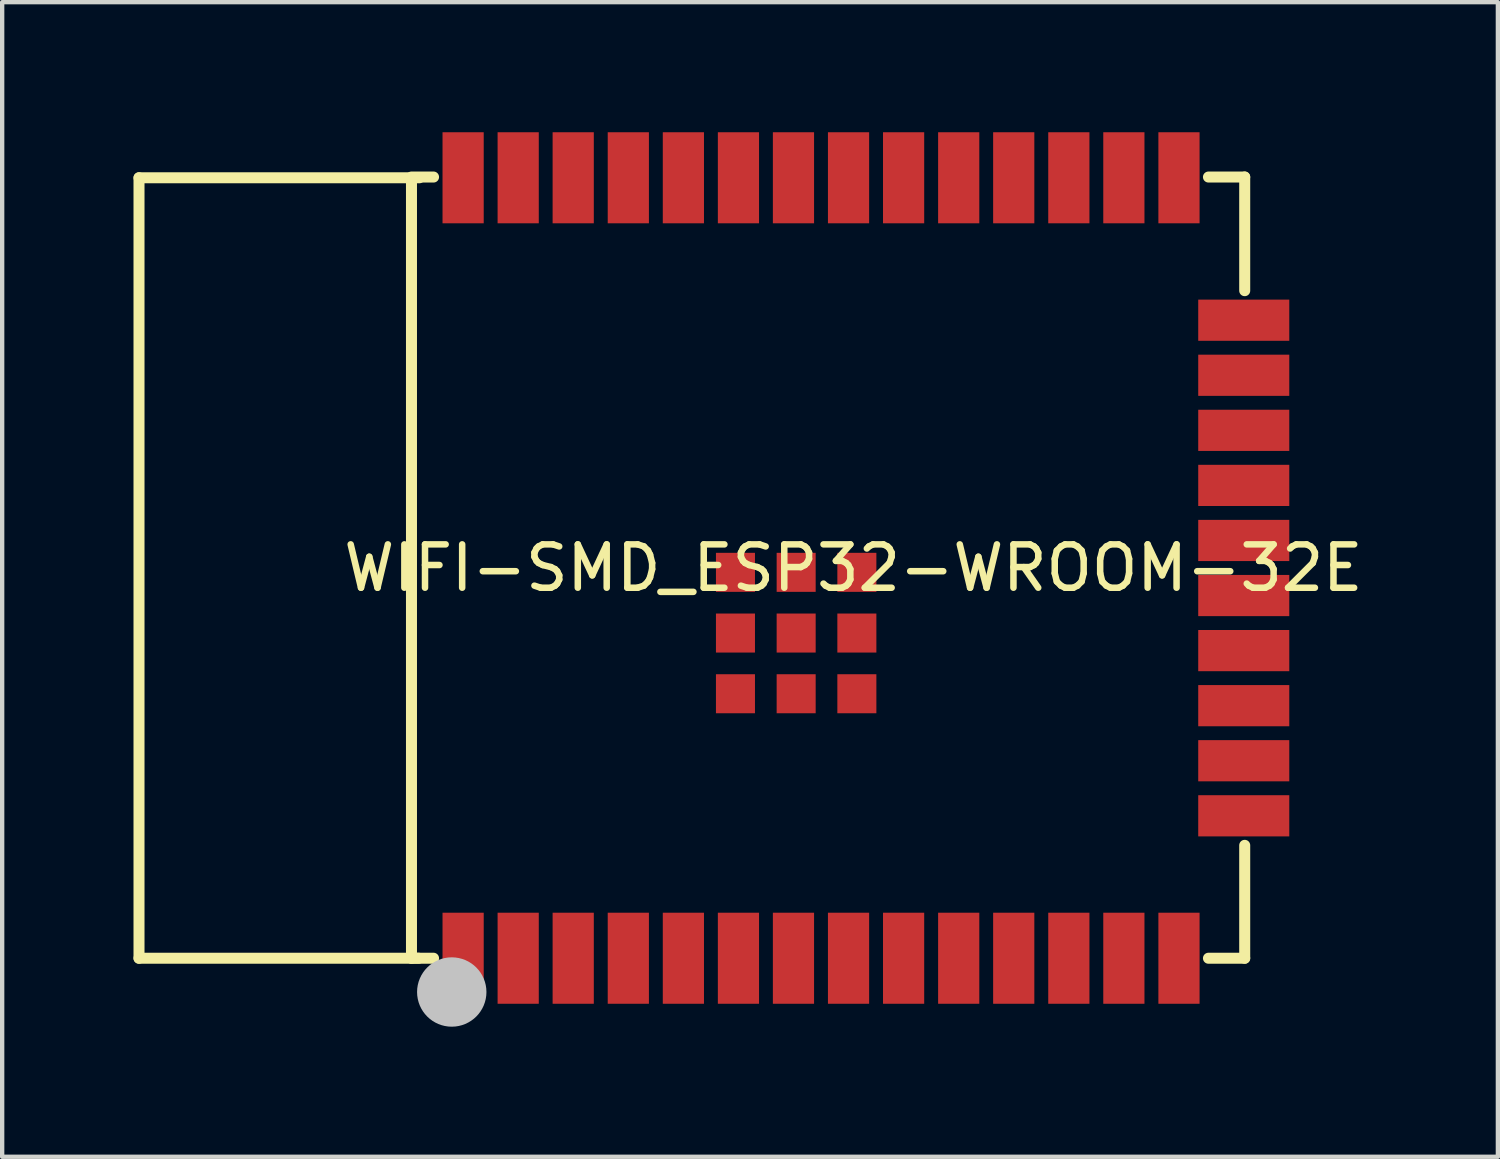
<source format=kicad_pcb>
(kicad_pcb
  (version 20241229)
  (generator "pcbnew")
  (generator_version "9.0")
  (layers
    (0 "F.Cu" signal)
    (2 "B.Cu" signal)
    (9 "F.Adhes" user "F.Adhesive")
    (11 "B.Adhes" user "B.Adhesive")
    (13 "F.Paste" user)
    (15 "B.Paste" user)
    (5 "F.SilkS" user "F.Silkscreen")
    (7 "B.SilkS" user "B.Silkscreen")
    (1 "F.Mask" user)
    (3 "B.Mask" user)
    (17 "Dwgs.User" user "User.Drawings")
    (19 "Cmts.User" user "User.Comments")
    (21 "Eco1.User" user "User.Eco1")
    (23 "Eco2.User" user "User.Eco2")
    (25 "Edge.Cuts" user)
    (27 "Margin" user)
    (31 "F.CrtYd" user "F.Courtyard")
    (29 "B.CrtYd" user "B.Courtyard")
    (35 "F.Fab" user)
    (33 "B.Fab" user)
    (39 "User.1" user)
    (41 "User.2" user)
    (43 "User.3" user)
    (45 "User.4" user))
  (footprint "WIFI-SMD_ESP32-WROOM-32E"
    (layer "F.Cu")
    (at 16.633 10.05)
    (property "Reference" "WIFI-SMD_ESP32-WROOM-32E" (at 0 0 0) (layer "F.SilkS") (effects (font (size 1 1) (thickness 0.15))))
    (fp_line (start -16.477 -9) (end -16.477 9) (stroke (width 0.254) (type default)) (layer "F.SilkS"))
    (fp_line (start -16.477 -9) (end -10.011 -9) (stroke (width 0.254) (type default)) (layer "F.SilkS"))
    (fp_line (start -16.477 9) (end -10.027 9) (stroke (width 0.254) (type default)) (layer "F.SilkS"))
    (fp_line (start -10.193 -9) (end -10.193 9) (stroke (width 0.254) (type default)) (layer "F.SilkS"))
    (fp_line (start -10.193 9) (end -9.684 9) (stroke (width 0.254) (type default)) (layer "F.SilkS"))
    (fp_line (start -9.684 -9.017) (end -10.193 -9.017) (stroke (width 0.254) (type default)) (layer "F.SilkS"))
    (fp_line (start 8.188 9) (end 9.024 9) (stroke (width 0.254) (type default)) (layer "F.SilkS"))
    (fp_line (start 9.024 -9.017) (end 8.188 -9.017) (stroke (width 0.254) (type default)) (layer "F.SilkS"))
    (fp_line (start 9.024 -6.396) (end 9.024 -9.017) (stroke (width 0.254) (type default)) (layer "F.SilkS"))
    (fp_line (start 9.024 9) (end 9.024 6.396) (stroke (width 0.254) (type default)) (layer "F.SilkS"))
    (fp_circle (center -9.264 9.779) (end -8.864 9.779) (stroke (width 0.8) (type default)) (fill no) (layer "Dwgs.User"))
    (fp_poly (pts (xy -9.428 8.1) (xy -8.578 8.1) (xy -8.578 9) (xy -9.428 9)) (stroke (width 0.1) (type default)) (fill no) (layer "User.1"))
    (fp_poly (pts (xy -8.578 -8.1) (xy -9.428 -8.1) (xy -9.428 -9) (xy -8.578 -9)) (stroke (width 0.1) (type default)) (fill no) (layer "User.1"))
    (fp_poly (pts (xy -8.158 8.1) (xy -7.308 8.1) (xy -7.308 9) (xy -8.158 9)) (stroke (width 0.1) (type default)) (fill no) (layer "User.1"))
    (fp_poly (pts (xy -7.308 -8.1) (xy -8.158 -8.1) (xy -8.158 -9) (xy -7.308 -9)) (stroke (width 0.1) (type default)) (fill no) (layer "User.1"))
    (fp_poly (pts (xy -6.888 8.1) (xy -6.037 8.1) (xy -6.037 9) (xy -6.888 9)) (stroke (width 0.1) (type default)) (fill no) (layer "User.1"))
    (fp_poly (pts (xy -6.037 -8.1) (xy -6.888 -8.1) (xy -6.888 -9) (xy -6.037 -9)) (stroke (width 0.1) (type default)) (fill no) (layer "User.1"))
    (fp_poly (pts (xy -5.617 8.1) (xy -4.768 8.1) (xy -4.768 9) (xy -5.617 9)) (stroke (width 0.1) (type default)) (fill no) (layer "User.1"))
    (fp_poly (pts (xy -4.768 -8.1) (xy -5.617 -8.1) (xy -5.617 -9) (xy -4.768 -9)) (stroke (width 0.1) (type default)) (fill no) (layer "User.1"))
    (fp_poly (pts (xy -4.348 8.1) (xy -3.498 8.1) (xy -3.498 9) (xy -4.348 9)) (stroke (width 0.1) (type default)) (fill no) (layer "User.1"))
    (fp_poly (pts (xy -3.498 -8.1) (xy -4.348 -8.1) (xy -4.348 -9) (xy -3.498 -9)) (stroke (width 0.1) (type default)) (fill no) (layer "User.1"))
    (fp_poly (pts (xy -3.078 8.1) (xy -2.228 8.1) (xy -2.228 9) (xy -3.078 9)) (stroke (width 0.1) (type default)) (fill no) (layer "User.1"))
    (fp_poly (pts (xy -2.268 0.55) (xy -3.168 0.55) (xy -3.168 -0.35) (xy -2.268 -0.35)) (stroke (width 0.1) (type default)) (fill no) (layer "User.1"))
    (fp_poly (pts (xy -2.268 1.95) (xy -3.168 1.95) (xy -3.168 1.05) (xy -2.268 1.05)) (stroke (width 0.1) (type default)) (fill no) (layer "User.1"))
    (fp_poly (pts (xy -2.268 3.35) (xy -3.168 3.35) (xy -3.168 2.45) (xy -2.268 2.45)) (stroke (width 0.1) (type default)) (fill no) (layer "User.1"))
    (fp_poly (pts (xy -2.228 -8.1) (xy -3.078 -8.1) (xy -3.078 -9) (xy -2.228 -9)) (stroke (width 0.1) (type default)) (fill no) (layer "User.1"))
    (fp_poly (pts (xy -1.808 8.1) (xy -0.958 8.1) (xy -0.958 9) (xy -1.808 9)) (stroke (width 0.1) (type default)) (fill no) (layer "User.1"))
    (fp_poly (pts (xy -0.958 -8.1) (xy -1.808 -8.1) (xy -1.808 -9) (xy -0.958 -9)) (stroke (width 0.1) (type default)) (fill no) (layer "User.1"))
    (fp_poly (pts (xy -0.869 0.55) (xy -1.768 0.55) (xy -1.768 -0.35) (xy -0.869 -0.35)) (stroke (width 0.1) (type default)) (fill no) (layer "User.1"))
    (fp_poly (pts (xy -0.869 1.95) (xy -1.768 1.95) (xy -1.768 1.05) (xy -0.869 1.05)) (stroke (width 0.1) (type default)) (fill no) (layer "User.1"))
    (fp_poly (pts (xy -0.869 3.35) (xy -1.768 3.35) (xy -1.768 2.45) (xy -0.869 2.45)) (stroke (width 0.1) (type default)) (fill no) (layer "User.1"))
    (fp_poly (pts (xy -0.537 8.1) (xy 0.312 8.1) (xy 0.312 9) (xy -0.537 9)) (stroke (width 0.1) (type default)) (fill no) (layer "User.1"))
    (fp_poly (pts (xy 0.312 -8.1) (xy -0.537 -8.1) (xy -0.537 -9) (xy 0.312 -9)) (stroke (width 0.1) (type default)) (fill no) (layer "User.1"))
    (fp_poly (pts (xy 0.516 3.335) (xy -0.384 3.335) (xy -0.384 2.435) (xy 0.516 2.435)) (stroke (width 0.1) (type default)) (fill no) (layer "User.1"))
    (fp_poly (pts (xy 0.531 0.55) (xy -0.368 0.55) (xy -0.368 -0.35) (xy 0.531 -0.35)) (stroke (width 0.1) (type default)) (fill no) (layer "User.1"))
    (fp_poly (pts (xy 0.531 1.95) (xy -0.368 1.95) (xy -0.368 1.05) (xy 0.531 1.05)) (stroke (width 0.1) (type default)) (fill no) (layer "User.1"))
    (fp_poly (pts (xy 0.733 8.1) (xy 1.583 8.1) (xy 1.583 9) (xy 0.733 9)) (stroke (width 0.1) (type default)) (fill no) (layer "User.1"))
    (fp_poly (pts (xy 1.583 -8.1) (xy 0.733 -8.1) (xy 0.733 -9) (xy 1.583 -9)) (stroke (width 0.1) (type default)) (fill no) (layer "User.1"))
    (fp_poly (pts (xy 2.002 8.1) (xy 2.853 8.1) (xy 2.853 9) (xy 2.002 9)) (stroke (width 0.1) (type default)) (fill no) (layer "User.1"))
    (fp_poly (pts (xy 2.853 -8.1) (xy 2.002 -8.1) (xy 2.002 -9) (xy 2.853 -9)) (stroke (width 0.1) (type default)) (fill no) (layer "User.1"))
    (fp_poly (pts (xy 3.272 8.1) (xy 4.122 8.1) (xy 4.122 9) (xy 3.272 9)) (stroke (width 0.1) (type default)) (fill no) (layer "User.1"))
    (fp_poly (pts (xy 4.122 -8.1) (xy 3.272 -8.1) (xy 3.272 -9) (xy 4.122 -9)) (stroke (width 0.1) (type default)) (fill no) (layer "User.1"))
    (fp_poly (pts (xy 4.543 8.1) (xy 5.393 8.1) (xy 5.393 9) (xy 4.543 9)) (stroke (width 0.1) (type default)) (fill no) (layer "User.1"))
    (fp_poly (pts (xy 5.393 -8.1) (xy 4.543 -8.1) (xy 4.543 -9) (xy 5.393 -9)) (stroke (width 0.1) (type default)) (fill no) (layer "User.1"))
    (fp_poly (pts (xy 5.812 8.1) (xy 6.662 8.1) (xy 6.662 9) (xy 5.812 9)) (stroke (width 0.1) (type default)) (fill no) (layer "User.1"))
    (fp_poly (pts (xy 6.662 -8.1) (xy 5.812 -8.1) (xy 5.812 -9) (xy 6.662 -9)) (stroke (width 0.1) (type default)) (fill no) (layer "User.1"))
    (fp_poly (pts (xy 7.082 8.1) (xy 7.933 8.1) (xy 7.933 9) (xy 7.082 9)) (stroke (width 0.1) (type default)) (fill no) (layer "User.1"))
    (fp_poly (pts (xy 7.933 -8.1) (xy 7.082 -8.1) (xy 7.082 -9) (xy 7.933 -9)) (stroke (width 0.1) (type default)) (fill no) (layer "User.1"))
    (fp_poly (pts (xy 8.072 -5.29) (xy 8.072 -6.14) (xy 8.973 -6.14) (xy 8.973 -5.29)) (stroke (width 0.1) (type default)) (fill no) (layer "User.1"))
    (fp_poly (pts (xy 8.072 -4.02) (xy 8.072 -4.87) (xy 8.973 -4.87) (xy 8.973 -4.02)) (stroke (width 0.1) (type default)) (fill no) (layer "User.1"))
    (fp_poly (pts (xy 8.072 -2.75) (xy 8.072 -3.6) (xy 8.973 -3.6) (xy 8.973 -2.75)) (stroke (width 0.1) (type default)) (fill no) (layer "User.1"))
    (fp_poly (pts (xy 8.072 -1.48) (xy 8.072 -2.33) (xy 8.973 -2.33) (xy 8.973 -1.48)) (stroke (width 0.1) (type default)) (fill no) (layer "User.1"))
    (fp_poly (pts (xy 8.072 -0.21) (xy 8.072 -1.06) (xy 8.973 -1.06) (xy 8.973 -0.21)) (stroke (width 0.1) (type default)) (fill no) (layer "User.1"))
    (fp_poly (pts (xy 8.072 1.06) (xy 8.072 0.21) (xy 8.973 0.21) (xy 8.973 1.06)) (stroke (width 0.1) (type default)) (fill no) (layer "User.1"))
    (fp_poly (pts (xy 8.072 2.33) (xy 8.072 1.48) (xy 8.973 1.48) (xy 8.973 2.33)) (stroke (width 0.1) (type default)) (fill no) (layer "User.1"))
    (fp_poly (pts (xy 8.072 3.6) (xy 8.072 2.75) (xy 8.973 2.75) (xy 8.973 3.6)) (stroke (width 0.1) (type default)) (fill no) (layer "User.1"))
    (fp_poly (pts (xy 8.072 4.87) (xy 8.072 4.02) (xy 8.973 4.02) (xy 8.973 4.87)) (stroke (width 0.1) (type default)) (fill no) (layer "User.1"))
    (fp_poly (pts (xy 8.072 6.14) (xy 8.072 5.29) (xy 8.973 5.29) (xy 8.973 6.14)) (stroke (width 0.1) (type default)) (fill no) (layer "User.1"))
    (fp_line (start -16.527 -9) (end 8.973 -9) (stroke (width 0.051) (type default)) (layer "User.2"))
    (fp_line (start -16.527 9) (end -16.527 -9) (stroke (width 0.051) (type default)) (layer "User.2"))
    (fp_line (start 8.973 -9) (end 8.973 9) (stroke (width 0.051) (type default)) (layer "User.2"))
    (fp_line (start 8.973 9) (end -16.527 9) (stroke (width 0.051) (type default)) (layer "User.2"))
    (fp_poly (pts (xy -16.472 8.977) (xy -16.505 8.945) (xy -16.55 8.945) (xy -16.583 8.977) (xy -16.583 9.023) (xy -16.55 9.055) (xy -16.505 9.055) (xy -16.472 9.023)) (stroke (width 0.1) (type default)) (fill no) (layer "User.3"))
    (pad "1" smd rect (at -9.002 9) (size 0.95 2.1) (layers "F.Cu" "F.Mask" "F.Paste"))
    (pad "2" smd rect (at -7.732 9) (size 0.95 2.1) (layers "F.Cu" "F.Mask" "F.Paste"))
    (pad "3" smd rect (at -6.463 9) (size 0.95 2.1) (layers "F.Cu" "F.Mask" "F.Paste"))
    (pad "4" smd rect (at -5.192 9) (size 0.95 2.1) (layers "F.Cu" "F.Mask" "F.Paste"))
    (pad "5" smd rect (at -3.922 9) (size 0.95 2.1) (layers "F.Cu" "F.Mask" "F.Paste"))
    (pad "6" smd rect (at -2.652 9) (size 0.95 2.1) (layers "F.Cu" "F.Mask" "F.Paste"))
    (pad "7" smd rect (at -1.383 9) (size 0.95 2.1) (layers "F.Cu" "F.Mask" "F.Paste"))
    (pad "8" smd rect (at -0.113 9) (size 0.95 2.1) (layers "F.Cu" "F.Mask" "F.Paste"))
    (pad "9" smd rect (at 1.157 9) (size 0.95 2.1) (layers "F.Cu" "F.Mask" "F.Paste"))
    (pad "10" smd rect (at 2.428 9) (size 0.95 2.1) (layers "F.Cu" "F.Mask" "F.Paste"))
    (pad "11" smd rect (at 3.697 9) (size 0.95 2.1) (layers "F.Cu" "F.Mask" "F.Paste"))
    (pad "12" smd rect (at 4.968 9) (size 0.95 2.1) (layers "F.Cu" "F.Mask" "F.Paste"))
    (pad "13" smd rect (at 6.237 9) (size 0.95 2.1) (layers "F.Cu" "F.Mask" "F.Paste"))
    (pad "14" smd rect (at 7.508 9) (size 0.95 2.1) (layers "F.Cu" "F.Mask" "F.Paste"))
    (pad "15" smd rect (at 9.002 5.715) (size 2.1 0.95) (layers "F.Cu" "F.Mask" "F.Paste"))
    (pad "16" smd rect (at 9.002 4.445) (size 2.1 0.95) (layers "F.Cu" "F.Mask" "F.Paste"))
    (pad "17" smd rect (at 9.002 3.175) (size 2.1 0.95) (layers "F.Cu" "F.Mask" "F.Paste"))
    (pad "18" smd rect (at 9.002 1.905) (size 2.1 0.95) (layers "F.Cu" "F.Mask" "F.Paste"))
    (pad "19" smd rect (at 9.002 0.635) (size 2.1 0.95) (layers "F.Cu" "F.Mask" "F.Paste"))
    (pad "20" smd rect (at 9.002 -0.635) (size 2.1 0.95) (layers "F.Cu" "F.Mask" "F.Paste"))
    (pad "21" smd rect (at 9.002 -1.905) (size 2.1 0.95) (layers "F.Cu" "F.Mask" "F.Paste"))
    (pad "22" smd rect (at 9.002 -3.175) (size 2.1 0.95) (layers "F.Cu" "F.Mask" "F.Paste"))
    (pad "23" smd rect (at 9.002 -4.445) (size 2.1 0.95) (layers "F.Cu" "F.Mask" "F.Paste"))
    (pad "24" smd rect (at 9.002 -5.715) (size 2.1 0.95) (layers "F.Cu" "F.Mask" "F.Paste"))
    (pad "25" smd rect (at 7.508 -9) (size 0.95 2.1) (layers "F.Cu" "F.Mask" "F.Paste"))
    (pad "26" smd rect (at 6.237 -9) (size 0.95 2.1) (layers "F.Cu" "F.Mask" "F.Paste"))
    (pad "27" smd rect (at 4.968 -9) (size 0.95 2.1) (layers "F.Cu" "F.Mask" "F.Paste"))
    (pad "28" smd rect (at 3.697 -9) (size 0.95 2.1) (layers "F.Cu" "F.Mask" "F.Paste"))
    (pad "29" smd rect (at 2.428 -9) (size 0.95 2.1) (layers "F.Cu" "F.Mask" "F.Paste"))
    (pad "30" smd rect (at 1.157 -9) (size 0.95 2.1) (layers "F.Cu" "F.Mask" "F.Paste"))
    (pad "31" smd rect (at -0.113 -9) (size 0.95 2.1) (layers "F.Cu" "F.Mask" "F.Paste"))
    (pad "32" smd rect (at -1.383 -9) (size 0.95 2.1) (layers "F.Cu" "F.Mask" "F.Paste"))
    (pad "33" smd rect (at -2.652 -9) (size 0.95 2.1) (layers "F.Cu" "F.Mask" "F.Paste"))
    (pad "34" smd rect (at -3.922 -9) (size 0.95 2.1) (layers "F.Cu" "F.Mask" "F.Paste"))
    (pad "35" smd rect (at -5.192 -9) (size 0.95 2.1) (layers "F.Cu" "F.Mask" "F.Paste"))
    (pad "36" smd rect (at -6.463 -9) (size 0.95 2.1) (layers "F.Cu" "F.Mask" "F.Paste"))
    (pad "37" smd rect (at -7.732 -9) (size 0.95 2.1) (layers "F.Cu" "F.Mask" "F.Paste"))
    (pad "38" smd rect (at -9.002 -9) (size 0.95 2.1) (layers "F.Cu" "F.Mask" "F.Paste"))
    (pad "39" smd rect (at -2.721 0.1 180) (size 0.9 0.9) (layers "F.Cu" "F.Mask" "F.Paste"))
    (pad "39" smd rect (at -2.721 1.5 180) (size 0.9 0.9) (layers "F.Cu" "F.Mask" "F.Paste"))
    (pad "39" smd rect (at -2.721 2.9 180) (size 0.9 0.9) (layers "F.Cu" "F.Mask" "F.Paste"))
    (pad "39" smd rect (at -1.321 0.1 180) (size 0.9 0.9) (layers "F.Cu" "F.Mask" "F.Paste"))
    (pad "39" smd rect (at -1.321 1.5 180) (size 0.9 0.9) (layers "F.Cu" "F.Mask" "F.Paste"))
    (pad "39" smd rect (at -1.321 2.9 180) (size 0.9 0.9) (layers "F.Cu" "F.Mask" "F.Paste"))
    (pad "39" smd rect (at 0.079 0.1 180) (size 0.9 0.9) (layers "F.Cu" "F.Mask" "F.Paste"))
    (pad "39" smd rect (at 0.079 1.5 180) (size 0.9 0.9) (layers "F.Cu" "F.Mask" "F.Paste"))
    (pad "39" smd rect (at 0.079 2.9 180) (size 0.9 0.9) (layers "F.Cu" "F.Mask" "F.Paste")))
  (gr_rect
    (start -3 -3)
    (end 31.496 23.629)
    (stroke (width 0.1) (type default))
    (fill no)
    (layer "Edge.Cuts")))
</source>
